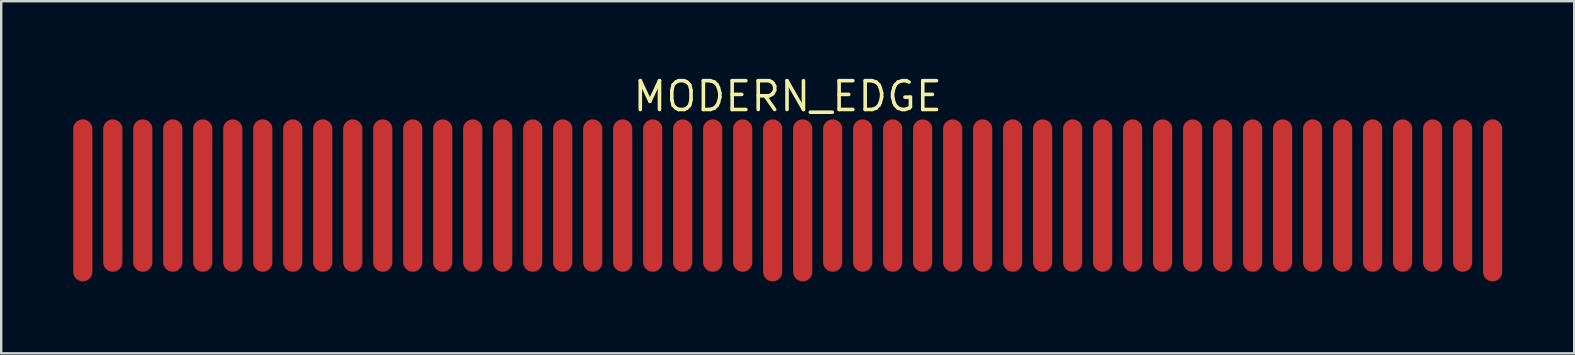
<source format=kicad_pcb>
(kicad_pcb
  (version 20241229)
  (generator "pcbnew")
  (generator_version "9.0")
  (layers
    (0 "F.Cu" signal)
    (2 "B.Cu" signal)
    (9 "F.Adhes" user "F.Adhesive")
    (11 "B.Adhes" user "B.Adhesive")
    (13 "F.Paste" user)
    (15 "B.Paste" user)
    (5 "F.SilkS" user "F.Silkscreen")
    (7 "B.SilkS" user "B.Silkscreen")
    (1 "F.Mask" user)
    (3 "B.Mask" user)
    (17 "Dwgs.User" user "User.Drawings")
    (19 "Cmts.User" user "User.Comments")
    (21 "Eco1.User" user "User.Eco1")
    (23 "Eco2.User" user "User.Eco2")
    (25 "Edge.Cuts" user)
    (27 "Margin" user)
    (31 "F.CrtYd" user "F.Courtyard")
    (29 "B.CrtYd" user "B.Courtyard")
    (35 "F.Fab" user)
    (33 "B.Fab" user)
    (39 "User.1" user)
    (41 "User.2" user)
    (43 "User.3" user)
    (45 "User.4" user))
  (footprint "MODERN_EDGE"
    (layer "F.Cu")
    (at 29.775 5.1)
    (property "Reference" "MODERN_EDGE" (at -0.000033 -4.135 0) (layer "F.SilkS") (effects (font (size 1.2 1.2) (thickness 0.15))))
    (attr through_hole)
    (pad "1" smd oval (at -29.375 0.2) (size 0.8 6.75) (layers "F.Cu" "F.Mask" "F.Paste"))
    (pad "2" smd oval (at -28.125 0) (size 0.8 6.35) (layers "F.Cu" "F.Mask" "F.Paste"))
    (pad "3" smd oval (at -26.875 0) (size 0.8 6.35) (layers "F.Cu" "F.Mask" "F.Paste"))
    (pad "4" smd oval (at -25.625 0) (size 0.8 6.35) (layers "F.Cu" "F.Mask" "F.Paste"))
    (pad "5" smd oval (at -24.375 0) (size 0.8 6.35) (layers "F.Cu" "F.Mask" "F.Paste"))
    (pad "6" smd oval (at -23.125 0) (size 0.8 6.35) (layers "F.Cu" "F.Mask" "F.Paste"))
    (pad "7" smd oval (at -21.875 0) (size 0.8 6.35) (layers "F.Cu" "F.Mask" "F.Paste"))
    (pad "8" smd oval (at -20.625 0) (size 0.8 6.35) (layers "F.Cu" "F.Mask" "F.Paste"))
    (pad "9" smd oval (at -19.375 0) (size 0.8 6.35) (layers "F.Cu" "F.Mask" "F.Paste"))
    (pad "10" smd oval (at -18.125 0) (size 0.8 6.35) (layers "F.Cu" "F.Mask" "F.Paste"))
    (pad "11" smd oval (at -16.875 0) (size 0.8 6.35) (layers "F.Cu" "F.Mask" "F.Paste"))
    (pad "12" smd oval (at -15.625 0) (size 0.8 6.35) (layers "F.Cu" "F.Mask" "F.Paste"))
    (pad "13" smd oval (at -14.375 0) (size 0.8 6.35) (layers "F.Cu" "F.Mask" "F.Paste"))
    (pad "14" smd oval (at -13.125 0) (size 0.8 6.35) (layers "F.Cu" "F.Mask" "F.Paste"))
    (pad "15" smd oval (at -11.875 0) (size 0.8 6.35) (layers "F.Cu" "F.Mask" "F.Paste"))
    (pad "16" smd oval (at -10.625 0) (size 0.8 6.35) (layers "F.Cu" "F.Mask" "F.Paste"))
    (pad "17" smd oval (at -9.375 0) (size 0.8 6.35) (layers "F.Cu" "F.Mask" "F.Paste"))
    (pad "18" smd oval (at -8.125 0) (size 0.8 6.35) (layers "F.Cu" "F.Mask" "F.Paste"))
    (pad "19" smd oval (at -6.875 0) (size 0.8 6.35) (layers "F.Cu" "F.Mask" "F.Paste"))
    (pad "20" smd oval (at -5.625 0) (size 0.8 6.35) (layers "F.Cu" "F.Mask" "F.Paste"))
    (pad "21" smd oval (at -4.375 0) (size 0.8 6.35) (layers "F.Cu" "F.Mask" "F.Paste"))
    (pad "22" smd oval (at -3.125 0) (size 0.8 6.35) (layers "F.Cu" "F.Mask" "F.Paste"))
    (pad "23" smd oval (at -1.875 0) (size 0.8 6.35) (layers "F.Cu" "F.Mask" "F.Paste"))
    (pad "24" smd oval (at -0.625 0.2) (size 0.8 6.75) (layers "F.Cu" "F.Mask" "F.Paste"))
    (pad "25" smd oval (at 0.625 0.2) (size 0.8 6.75) (layers "F.Cu" "F.Mask" "F.Paste"))
    (pad "26" smd oval (at 1.875 0) (size 0.8 6.35) (layers "F.Cu" "F.Mask" "F.Paste"))
    (pad "27" smd oval (at 3.125 0) (size 0.8 6.35) (layers "F.Cu" "F.Mask" "F.Paste"))
    (pad "28" smd oval (at 4.375 0) (size 0.8 6.35) (layers "F.Cu" "F.Mask" "F.Paste"))
    (pad "29" smd oval (at 5.625 0) (size 0.8 6.35) (layers "F.Cu" "F.Mask" "F.Paste"))
    (pad "30" smd oval (at 6.875 0) (size 0.8 6.35) (layers "F.Cu" "F.Mask" "F.Paste"))
    (pad "31" smd oval (at 8.125 0) (size 0.8 6.35) (layers "F.Cu" "F.Mask" "F.Paste"))
    (pad "32" smd oval (at 9.375 0) (size 0.8 6.35) (layers "F.Cu" "F.Mask" "F.Paste"))
    (pad "33" smd oval (at 10.625 0) (size 0.8 6.35) (layers "F.Cu" "F.Mask" "F.Paste"))
    (pad "34" smd oval (at 11.875 0) (size 0.8 6.35) (layers "F.Cu" "F.Mask" "F.Paste"))
    (pad "35" smd oval (at 13.125 0) (size 0.8 6.35) (layers "F.Cu" "F.Mask" "F.Paste"))
    (pad "36" smd oval (at 14.375 0) (size 0.8 6.35) (layers "F.Cu" "F.Mask" "F.Paste"))
    (pad "37" smd oval (at 15.625 0) (size 0.8 6.35) (layers "F.Cu" "F.Mask" "F.Paste"))
    (pad "38" smd oval (at 16.875 0) (size 0.8 6.35) (layers "F.Cu" "F.Mask" "F.Paste"))
    (pad "39" smd oval (at 18.125 0) (size 0.8 6.35) (layers "F.Cu" "F.Mask" "F.Paste"))
    (pad "40" smd oval (at 19.375 0) (size 0.8 6.35) (layers "F.Cu" "F.Mask" "F.Paste"))
    (pad "41" smd oval (at 20.625 0) (size 0.8 6.35) (layers "F.Cu" "F.Mask" "F.Paste"))
    (pad "42" smd oval (at 21.875 0) (size 0.8 6.35) (layers "F.Cu" "F.Mask" "F.Paste"))
    (pad "43" smd oval (at 23.125 0) (size 0.8 6.35) (layers "F.Cu" "F.Mask" "F.Paste"))
    (pad "44" smd oval (at 24.375 0) (size 0.8 6.35) (layers "F.Cu" "F.Mask" "F.Paste"))
    (pad "45" smd oval (at 25.625 0) (size 0.8 6.35) (layers "F.Cu" "F.Mask" "F.Paste"))
    (pad "46" smd oval (at 26.875 0) (size 0.8 6.35) (layers "F.Cu" "F.Mask" "F.Paste"))
    (pad "47" smd oval (at 28.125 0) (size 0.8 6.35) (layers "F.Cu" "F.Mask" "F.Paste"))
    (pad "48" smd oval (at 29.375 0.2) (size 0.8 6.75) (layers "F.Cu" "F.Mask" "F.Paste")))
  (gr_rect
    (start -3 -3)
    (end 62.55 11.675)
    (stroke (width 0.1) (type default))
    (fill no)
    (layer "Edge.Cuts")))
</source>
